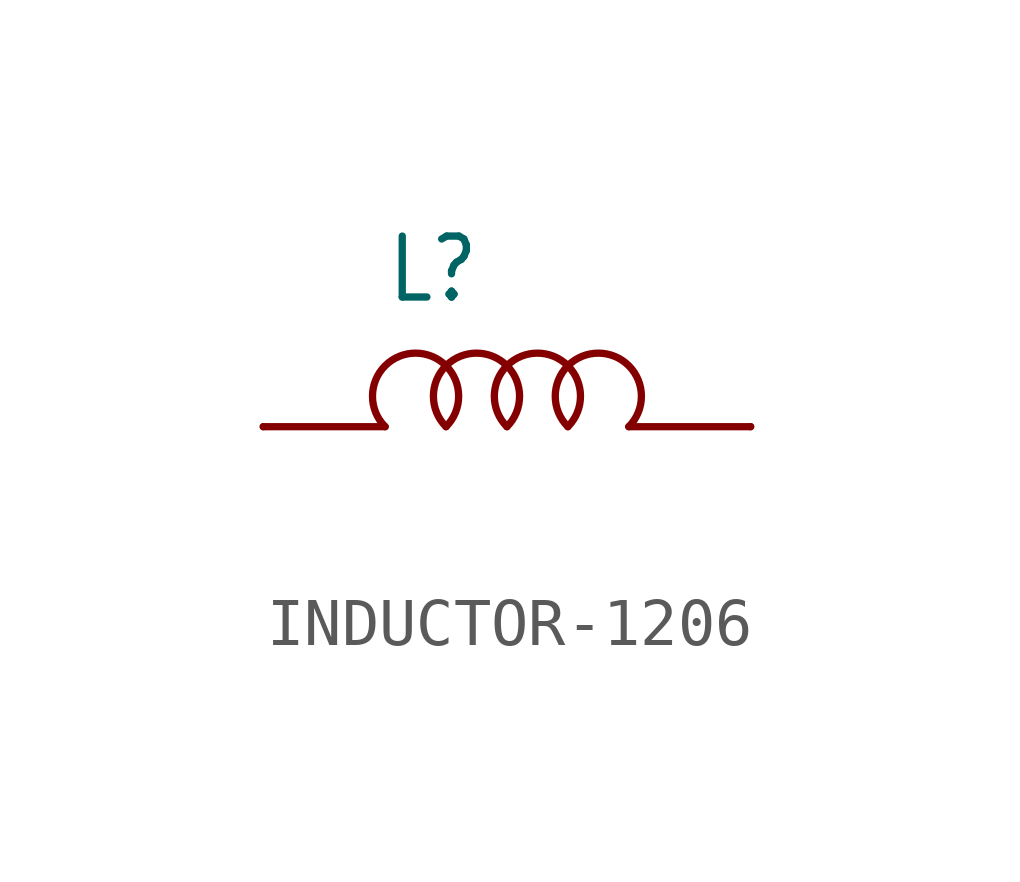
<source format=kicad_sym>
(kicad_symbol_lib
  (version 20231120)
  (generator "kicad_symbol_editor")
  (generator_version "8.0")
  (symbol "INDUCTOR-1206"
    (property "Reference" "L"
      (at -2.54 2.54 0)
      (effects (font (size 1.27 1.079)) (justify left bottom)))
    (property "Value" ""
      (at -2.54 -2.54 0)
      (effects (font (size 1.27 1.079)) (justify left bottom)))
    (property "ki_locked" ""
      (at 0 0 0)
      (effects (font (size 1.27 1.27))))
    (symbol "INDUCTOR-1206_1_0"
      (arc (start -1.2701 -0.0001) (mid -1.9049 1.5329) (end -2.54 0) (stroke (width 0.1524) (type solid)) (fill (type none)))
      (arc (start -0.0001 -0.0001) (mid -0.6349 1.5329) (end -1.27 0) (stroke (width 0.1524) (type solid)) (fill (type none)))
      (polyline (pts (xy -2.54 0) (xy -5.08 0)) (stroke (width 0.152) (type solid)) (fill (type none)))
      (polyline (pts (xy 2.54 0) (xy 5.08 0)) (stroke (width 0.152) (type solid)) (fill (type none)))
      (arc (start 1.2699 -0.0001) (mid 0.6351 1.5329) (end 0 0) (stroke (width 0.1524) (type solid)) (fill (type none)))
      (arc (start 2.5399 -0.0001) (mid 1.9051 1.5329) (end 1.27 0) (stroke (width 0.1524) (type solid)) (fill (type none)))
      (pin passive line (at -5.08 0 0) (length 0) (name "P$1" (effects (font (size 0 0)))) (number "1" (effects (font (size 0 0)))))
      (pin passive line (at 5.08 0 0) (length 0) (name "P$2" (effects (font (size 0 0)))) (number "2" (effects (font (size 0 0))))))))
</source>
